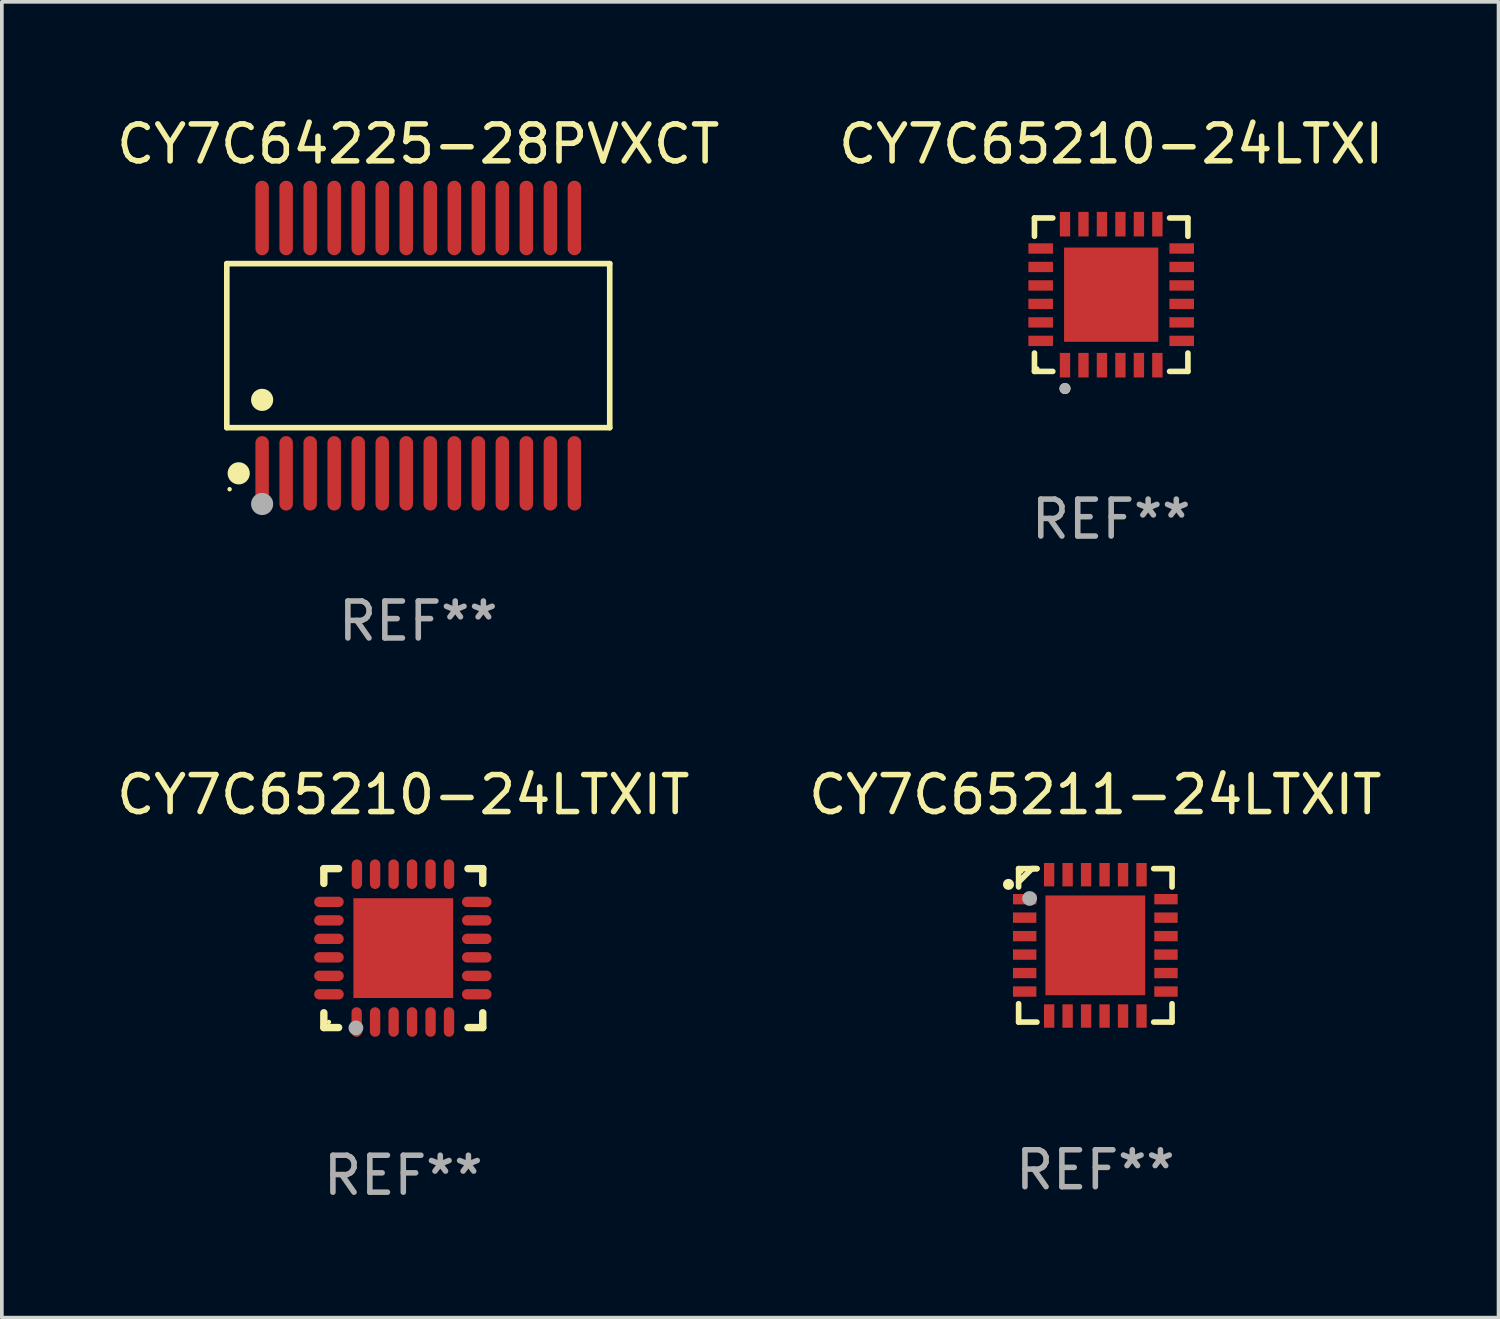
<source format=kicad_pcb>
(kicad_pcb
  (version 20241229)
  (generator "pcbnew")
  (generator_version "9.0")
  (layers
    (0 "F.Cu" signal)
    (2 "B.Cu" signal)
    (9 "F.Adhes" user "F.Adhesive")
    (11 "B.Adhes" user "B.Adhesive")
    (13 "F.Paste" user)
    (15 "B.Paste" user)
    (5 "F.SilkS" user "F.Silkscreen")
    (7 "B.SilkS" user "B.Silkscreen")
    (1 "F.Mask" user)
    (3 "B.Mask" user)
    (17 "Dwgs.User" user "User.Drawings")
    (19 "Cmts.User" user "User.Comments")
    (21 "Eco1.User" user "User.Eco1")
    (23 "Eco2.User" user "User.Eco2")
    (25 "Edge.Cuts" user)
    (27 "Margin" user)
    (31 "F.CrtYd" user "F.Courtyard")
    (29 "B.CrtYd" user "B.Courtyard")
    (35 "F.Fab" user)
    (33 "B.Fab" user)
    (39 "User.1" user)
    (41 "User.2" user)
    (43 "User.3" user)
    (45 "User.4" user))
  (footprint "CY7C64225-28PVXCT"
    (layer "F.Cu")
    (at 8.268 6.303)
    (property "Reference" "CY7C64225-28PVXCT" (at 0 -5.455 0) (layer "F.SilkS") (effects (font (size 1 1) (thickness 0.15))))
    (attr through_hole)
    (fp_line (start -5.181 -2.219) (end 5.181 -2.219) (stroke (width 0.152) (type solid)) (layer "F.SilkS"))
    (fp_line (start -5.181 2.219) (end -5.181 -2.219) (stroke (width 0.152) (type solid)) (layer "F.SilkS"))
    (fp_line (start 5.181 -2.219) (end 5.181 2.219) (stroke (width 0.152) (type solid)) (layer "F.SilkS"))
    (fp_line (start 5.181 2.219) (end -5.181 2.219) (stroke (width 0.152) (type solid)) (layer "F.SilkS"))
    (fp_circle (center -5.105 3.885) (end -5.075 3.885) (stroke (width 0.06) (type solid)) (fill no) (layer "F.SilkS"))
    (fp_circle (center -4.859 3.455) (end -4.709 3.455) (stroke (width 0.3) (type solid)) (fill no) (layer "F.SilkS"))
    (fp_circle (center -4.225 1.467) (end -4.075 1.467) (stroke (width 0.3) (type solid)) (fill no) (layer "F.SilkS"))
    (fp_circle (center -4.225 4.285) (end -4.075 4.285) (stroke (width 0.3) (type solid)) (fill no) (layer "F.Fab"))
    (fp_text user "REF**" (at 0 7.455 0) (layer "F.Fab") (effects (font (size 1 1) (thickness 0.15))))
    (pad "1" smd oval (at -4.225 3.455) (size 0.364 2.015) (layers "F.Cu" "F.Mask" "F.Paste"))
    (pad "2" smd oval (at -3.575 3.455) (size 0.364 2.015) (layers "F.Cu" "F.Mask" "F.Paste"))
    (pad "3" smd oval (at -2.925 3.455) (size 0.364 2.015) (layers "F.Cu" "F.Mask" "F.Paste"))
    (pad "4" smd oval (at -2.275 3.455) (size 0.364 2.015) (layers "F.Cu" "F.Mask" "F.Paste"))
    (pad "5" smd oval (at -1.625 3.455) (size 0.364 2.015) (layers "F.Cu" "F.Mask" "F.Paste"))
    (pad "6" smd oval (at -0.975 3.455) (size 0.364 2.015) (layers "F.Cu" "F.Mask" "F.Paste"))
    (pad "7" smd oval (at -0.325 3.455) (size 0.364 2.015) (layers "F.Cu" "F.Mask" "F.Paste"))
    (pad "8" smd oval (at 0.325 3.455) (size 0.364 2.015) (layers "F.Cu" "F.Mask" "F.Paste"))
    (pad "9" smd oval (at 0.975 3.455) (size 0.364 2.015) (layers "F.Cu" "F.Mask" "F.Paste"))
    (pad "10" smd oval (at 1.625 3.455) (size 0.364 2.015) (layers "F.Cu" "F.Mask" "F.Paste"))
    (pad "11" smd oval (at 2.275 3.455) (size 0.364 2.015) (layers "F.Cu" "F.Mask" "F.Paste"))
    (pad "12" smd oval (at 2.925 3.455) (size 0.364 2.015) (layers "F.Cu" "F.Mask" "F.Paste"))
    (pad "13" smd oval (at 3.575 3.455) (size 0.364 2.015) (layers "F.Cu" "F.Mask" "F.Paste"))
    (pad "14" smd oval (at 4.225 3.455) (size 0.364 2.015) (layers "F.Cu" "F.Mask" "F.Paste"))
    (pad "15" smd oval (at 4.225 -3.455) (size 0.364 2.015) (layers "F.Cu" "F.Mask" "F.Paste"))
    (pad "16" smd oval (at 3.575 -3.455) (size 0.364 2.015) (layers "F.Cu" "F.Mask" "F.Paste"))
    (pad "17" smd oval (at 2.925 -3.455) (size 0.364 2.015) (layers "F.Cu" "F.Mask" "F.Paste"))
    (pad "18" smd oval (at 2.275 -3.455) (size 0.364 2.015) (layers "F.Cu" "F.Mask" "F.Paste"))
    (pad "19" smd oval (at 1.625 -3.455) (size 0.364 2.015) (layers "F.Cu" "F.Mask" "F.Paste"))
    (pad "20" smd oval (at 0.975 -3.455) (size 0.364 2.015) (layers "F.Cu" "F.Mask" "F.Paste"))
    (pad "21" smd oval (at 0.325 -3.455) (size 0.364 2.015) (layers "F.Cu" "F.Mask" "F.Paste"))
    (pad "22" smd oval (at -0.325 -3.455) (size 0.364 2.015) (layers "F.Cu" "F.Mask" "F.Paste"))
    (pad "23" smd oval (at -0.975 -3.455) (size 0.364 2.015) (layers "F.Cu" "F.Mask" "F.Paste"))
    (pad "24" smd oval (at -1.625 -3.455) (size 0.364 2.015) (layers "F.Cu" "F.Mask" "F.Paste"))
    (pad "25" smd oval (at -2.275 -3.455) (size 0.364 2.015) (layers "F.Cu" "F.Mask" "F.Paste"))
    (pad "26" smd oval (at -2.925 -3.455) (size 0.364 2.015) (layers "F.Cu" "F.Mask" "F.Paste"))
    (pad "27" smd oval (at -3.575 -3.455) (size 0.364 2.015) (layers "F.Cu" "F.Mask" "F.Paste"))
    (pad "28" smd oval (at -4.225 -3.455) (size 0.364 2.015) (layers "F.Cu" "F.Mask" "F.Paste")))
  (footprint "CY7C65210-24LTXI"
    (layer "F.Cu")
    (at 27.018 4.924)
    (property "Reference" "CY7C65210-24LTXI" (at 0 -4.076 0) (layer "F.SilkS") (effects (font (size 1 1) (thickness 0.15))))
    (attr through_hole)
    (fp_line (start -2.076 -2.076) (end -1.58 -2.076) (stroke (width 0.152) (type solid)) (layer "F.SilkS"))
    (fp_line (start -2.076 -1.58) (end -2.076 -2.076) (stroke (width 0.152) (type solid)) (layer "F.SilkS"))
    (fp_line (start -2.076 1.58) (end -2.076 2.076) (stroke (width 0.152) (type solid)) (layer "F.SilkS"))
    (fp_line (start -2.076 2.076) (end -1.58 2.076) (stroke (width 0.152) (type solid)) (layer "F.SilkS"))
    (fp_line (start 2.076 -2.076) (end 1.58 -2.076) (stroke (width 0.152) (type solid)) (layer "F.SilkS"))
    (fp_line (start 2.076 -1.58) (end 2.076 -2.076) (stroke (width 0.152) (type solid)) (layer "F.SilkS"))
    (fp_line (start 2.076 1.58) (end 2.076 2.076) (stroke (width 0.152) (type solid)) (layer "F.SilkS"))
    (fp_line (start 2.076 2.076) (end 1.58 2.076) (stroke (width 0.152) (type solid)) (layer "F.SilkS"))
    (fp_circle (center -2 2) (end -1.97 2) (stroke (width 0.06) (type solid)) (fill no) (layer "F.SilkS"))
    (fp_circle (center -1.25 2.54) (end -1.175 2.54) (stroke (width 0.15) (type solid)) (fill no) (layer "F.SilkS"))
    (fp_circle (center -1.25 2.54) (end -1.175 2.54) (stroke (width 0.15) (type solid)) (fill no) (layer "F.Fab"))
    (fp_text user "REF**" (at 0 6.076 0) (layer "F.Fab") (effects (font (size 1 1) (thickness 0.15))))
    (pad "1" smd rect (at -1.25 1.908) (size 0.28 0.665) (layers "F.Cu" "F.Mask" "F.Paste"))
    (pad "2" smd rect (at -0.75 1.908) (size 0.28 0.665) (layers "F.Cu" "F.Mask" "F.Paste"))
    (pad "3" smd rect (at -0.25 1.908) (size 0.28 0.665) (layers "F.Cu" "F.Mask" "F.Paste"))
    (pad "4" smd rect (at 0.25 1.908) (size 0.28 0.665) (layers "F.Cu" "F.Mask" "F.Paste"))
    (pad "5" smd rect (at 0.75 1.908) (size 0.28 0.665) (layers "F.Cu" "F.Mask" "F.Paste"))
    (pad "6" smd rect (at 1.25 1.908) (size 0.28 0.665) (layers "F.Cu" "F.Mask" "F.Paste"))
    (pad "7" smd rect (at 1.908 1.25) (size 0.665 0.28) (layers "F.Cu" "F.Mask" "F.Paste"))
    (pad "8" smd rect (at 1.908 0.75) (size 0.665 0.28) (layers "F.Cu" "F.Mask" "F.Paste"))
    (pad "9" smd rect (at 1.908 0.25) (size 0.665 0.28) (layers "F.Cu" "F.Mask" "F.Paste"))
    (pad "10" smd rect (at 1.908 -0.25) (size 0.665 0.28) (layers "F.Cu" "F.Mask" "F.Paste"))
    (pad "11" smd rect (at 1.908 -0.75) (size 0.665 0.28) (layers "F.Cu" "F.Mask" "F.Paste"))
    (pad "12" smd rect (at 1.908 -1.25) (size 0.665 0.28) (layers "F.Cu" "F.Mask" "F.Paste"))
    (pad "13" smd rect (at 1.25 -1.908) (size 0.28 0.665) (layers "F.Cu" "F.Mask" "F.Paste"))
    (pad "14" smd rect (at 0.75 -1.908) (size 0.28 0.665) (layers "F.Cu" "F.Mask" "F.Paste"))
    (pad "15" smd rect (at 0.25 -1.908) (size 0.28 0.665) (layers "F.Cu" "F.Mask" "F.Paste"))
    (pad "16" smd rect (at -0.25 -1.908) (size 0.28 0.665) (layers "F.Cu" "F.Mask" "F.Paste"))
    (pad "17" smd rect (at -0.75 -1.908) (size 0.28 0.665) (layers "F.Cu" "F.Mask" "F.Paste"))
    (pad "18" smd rect (at -1.25 -1.908) (size 0.28 0.665) (layers "F.Cu" "F.Mask" "F.Paste"))
    (pad "19" smd rect (at -1.908 -1.25) (size 0.665 0.28) (layers "F.Cu" "F.Mask" "F.Paste"))
    (pad "20" smd rect (at -1.908 -0.75) (size 0.665 0.28) (layers "F.Cu" "F.Mask" "F.Paste"))
    (pad "21" smd rect (at -1.908 -0.25) (size 0.665 0.28) (layers "F.Cu" "F.Mask" "F.Paste"))
    (pad "22" smd rect (at -1.908 0.25) (size 0.665 0.28) (layers "F.Cu" "F.Mask" "F.Paste"))
    (pad "23" smd rect (at -1.908 0.75) (size 0.665 0.28) (layers "F.Cu" "F.Mask" "F.Paste"))
    (pad "24" smd rect (at -1.908 1.25) (size 0.665 0.28) (layers "F.Cu" "F.Mask" "F.Paste"))
    (pad "25" smd rect (at 0 0) (size 2.55 2.55) (layers "F.Cu" "F.Mask" "F.Paste")))
  (footprint "CY7C65210-24LTXIT"
    (layer "F.Cu")
    (at 7.863 22.605)
    (property "Reference" "CY7C65210-24LTXIT" (at 0 -4.15 0) (layer "F.SilkS") (effects (font (size 1 1) (thickness 0.15))))
    (attr through_hole)
    (fp_line (start -2.15 -2.15) (end -1.75 -2.15) (stroke (width 0.2) (type solid)) (layer "F.SilkS"))
    (fp_line (start -2.15 -1.75) (end -2.15 -2.15) (stroke (width 0.2) (type solid)) (layer "F.SilkS"))
    (fp_line (start -2.15 2.15) (end -2.15 1.75) (stroke (width 0.2) (type solid)) (layer "F.SilkS"))
    (fp_line (start -1.75 2.15) (end -2.15 2.15) (stroke (width 0.2) (type solid)) (layer "F.SilkS"))
    (fp_line (start 2.15 -2.15) (end 1.75 -2.15) (stroke (width 0.2) (type solid)) (layer "F.SilkS"))
    (fp_line (start 2.15 -1.75) (end 2.15 -2.15) (stroke (width 0.2) (type solid)) (layer "F.SilkS"))
    (fp_line (start 2.15 1.75) (end 2.15 2.15) (stroke (width 0.2) (type solid)) (layer "F.SilkS"))
    (fp_line (start 2.15 2.15) (end 1.75 2.15) (stroke (width 0.2) (type solid)) (layer "F.SilkS"))
    (fp_circle (center -2.013 2) (end -1.983 2) (stroke (width 0.06) (type solid)) (fill no) (layer "F.SilkS"))
    (fp_circle (center -1.282 2.159) (end -1.182 2.159) (stroke (width 0.2) (type solid)) (fill no) (layer "F.Fab"))
    (fp_text user "REF**" (at 0 6.15 0) (layer "F.Fab") (effects (font (size 1 1) (thickness 0.15))))
    (pad "1" smd oval (at -1.262 2) (size 0.28 0.8) (layers "F.Cu" "F.Mask" "F.Paste"))
    (pad "2" smd oval (at -0.763 2) (size 0.28 0.8) (layers "F.Cu" "F.Mask" "F.Paste"))
    (pad "3" smd oval (at -0.262 2) (size 0.28 0.8) (layers "F.Cu" "F.Mask" "F.Paste"))
    (pad "4" smd oval (at 0.237 2) (size 0.28 0.8) (layers "F.Cu" "F.Mask" "F.Paste"))
    (pad "5" smd oval (at 0.738 2) (size 0.28 0.8) (layers "F.Cu" "F.Mask" "F.Paste"))
    (pad "6" smd oval (at 1.237 2) (size 0.28 0.8) (layers "F.Cu" "F.Mask" "F.Paste"))
    (pad "7" smd oval (at 1.988 1.25) (size 0.8 0.28) (layers "F.Cu" "F.Mask" "F.Paste"))
    (pad "8" smd oval (at 1.988 0.75) (size 0.8 0.28) (layers "F.Cu" "F.Mask" "F.Paste"))
    (pad "9" smd oval (at 1.988 0.25) (size 0.8 0.28) (layers "F.Cu" "F.Mask" "F.Paste"))
    (pad "10" smd oval (at 1.988 -0.25) (size 0.8 0.28) (layers "F.Cu" "F.Mask" "F.Paste"))
    (pad "11" smd oval (at 1.988 -0.75) (size 0.8 0.28) (layers "F.Cu" "F.Mask" "F.Paste"))
    (pad "12" smd oval (at 1.988 -1.25) (size 0.8 0.28) (layers "F.Cu" "F.Mask" "F.Paste"))
    (pad "13" smd oval (at 1.237 -2) (size 0.28 0.8) (layers "F.Cu" "F.Mask" "F.Paste"))
    (pad "14" smd oval (at 0.738 -2) (size 0.28 0.8) (layers "F.Cu" "F.Mask" "F.Paste"))
    (pad "15" smd oval (at 0.237 -2) (size 0.28 0.8) (layers "F.Cu" "F.Mask" "F.Paste"))
    (pad "16" smd oval (at -0.262 -2) (size 0.28 0.8) (layers "F.Cu" "F.Mask" "F.Paste"))
    (pad "17" smd oval (at -0.763 -2) (size 0.28 0.8) (layers "F.Cu" "F.Mask" "F.Paste"))
    (pad "18" smd oval (at -1.255 -2) (size 0.28 0.8) (layers "F.Cu" "F.Mask" "F.Paste"))
    (pad "19" smd oval (at -2.012 -1.25) (size 0.8 0.28) (layers "F.Cu" "F.Mask" "F.Paste"))
    (pad "20" smd oval (at -2.012 -0.75) (size 0.8 0.28) (layers "F.Cu" "F.Mask" "F.Paste"))
    (pad "21" smd oval (at -2.012 -0.25) (size 0.8 0.28) (layers "F.Cu" "F.Mask" "F.Paste"))
    (pad "22" smd oval (at -2.012 0.25) (size 0.8 0.28) (layers "F.Cu" "F.Mask" "F.Paste"))
    (pad "23" smd oval (at -2.012 0.75) (size 0.8 0.28) (layers "F.Cu" "F.Mask" "F.Paste"))
    (pad "24" smd oval (at -2.012 1.25) (size 0.8 0.28) (layers "F.Cu" "F.Mask" "F.Paste"))
    (pad "25" smd rect (at -0.000013 -0.000025) (size 2.7 2.7) (layers "F.Cu" "F.Mask" "F.Paste")))
  (footprint "CY7C65211-24LTXIT"
    (layer "F.Cu")
    (at 26.589 22.531)
    (property "Reference" "CY7C65211-24LTXIT" (at 0 -4.076 0) (layer "F.SilkS") (effects (font (size 1 1) (thickness 0.15))))
    (attr through_hole)
    (fp_line (start -2.076 -2.076) (end -2.076 -1.58) (stroke (width 0.152) (type solid)) (layer "F.SilkS"))
    (fp_line (start -2.076 2.076) (end -2.076 1.58) (stroke (width 0.152) (type solid)) (layer "F.SilkS"))
    (fp_line (start -1.713 -2.076) (end -2.076 -1.713) (stroke (width 0.152) (type solid)) (layer "F.SilkS"))
    (fp_line (start -1.58 -2.076) (end -2.076 -2.076) (stroke (width 0.152) (type solid)) (layer "F.SilkS"))
    (fp_line (start -1.58 -2.076) (end -1.713 -2.076) (stroke (width 0.152) (type solid)) (layer "F.SilkS"))
    (fp_line (start -1.58 2.076) (end -2.076 2.076) (stroke (width 0.152) (type solid)) (layer "F.SilkS"))
    (fp_line (start 1.58 -2.076) (end 2.076 -2.076) (stroke (width 0.152) (type solid)) (layer "F.SilkS"))
    (fp_line (start 1.58 2.076) (end 2.076 2.076) (stroke (width 0.152) (type solid)) (layer "F.SilkS"))
    (fp_line (start 2.076 -2.076) (end 2.076 -1.58) (stroke (width 0.152) (type solid)) (layer "F.SilkS"))
    (fp_line (start 2.076 2.076) (end 2.076 1.58) (stroke (width 0.152) (type solid)) (layer "F.SilkS"))
    (fp_circle (center -2.35 -1.65) (end -2.275 -1.65) (stroke (width 0.15) (type solid)) (fill no) (layer "F.SilkS"))
    (fp_circle (center -2 -2) (end -1.97 -2) (stroke (width 0.06) (type solid)) (fill no) (layer "F.SilkS"))
    (fp_circle (center -1.778 -1.27) (end -1.678 -1.27) (stroke (width 0.2) (type solid)) (fill no) (layer "F.Fab"))
    (fp_text user "REF**" (at 0 6.076 0) (layer "F.Fab") (effects (font (size 1 1) (thickness 0.15))))
    (pad "1" smd rect (at -1.912 -1.25) (size 0.633 0.28) (layers "F.Cu" "F.Mask" "F.Paste"))
    (pad "2" smd rect (at -1.912 -0.75) (size 0.633 0.28) (layers "F.Cu" "F.Mask" "F.Paste"))
    (pad "3" smd rect (at -1.912 -0.25) (size 0.633 0.28) (layers "F.Cu" "F.Mask" "F.Paste"))
    (pad "4" smd rect (at -1.912 0.25) (size 0.633 0.28) (layers "F.Cu" "F.Mask" "F.Paste"))
    (pad "5" smd rect (at -1.912 0.75) (size 0.633 0.28) (layers "F.Cu" "F.Mask" "F.Paste"))
    (pad "6" smd rect (at -1.912 1.25) (size 0.633 0.28) (layers "F.Cu" "F.Mask" "F.Paste"))
    (pad "7" smd rect (at -1.25 1.912) (size 0.28 0.633) (layers "F.Cu" "F.Mask" "F.Paste"))
    (pad "8" smd rect (at -0.75 1.912) (size 0.28 0.633) (layers "F.Cu" "F.Mask" "F.Paste"))
    (pad "9" smd rect (at -0.25 1.912) (size 0.28 0.633) (layers "F.Cu" "F.Mask" "F.Paste"))
    (pad "10" smd rect (at 0.25 1.912) (size 0.28 0.633) (layers "F.Cu" "F.Mask" "F.Paste"))
    (pad "11" smd rect (at 0.75 1.912) (size 0.28 0.633) (layers "F.Cu" "F.Mask" "F.Paste"))
    (pad "12" smd rect (at 1.25 1.912) (size 0.28 0.633) (layers "F.Cu" "F.Mask" "F.Paste"))
    (pad "13" smd rect (at 1.912 1.25) (size 0.633 0.28) (layers "F.Cu" "F.Mask" "F.Paste"))
    (pad "14" smd rect (at 1.912 0.75) (size 0.633 0.28) (layers "F.Cu" "F.Mask" "F.Paste"))
    (pad "15" smd rect (at 1.912 0.25) (size 0.633 0.28) (layers "F.Cu" "F.Mask" "F.Paste"))
    (pad "16" smd rect (at 1.912 -0.25) (size 0.633 0.28) (layers "F.Cu" "F.Mask" "F.Paste"))
    (pad "17" smd rect (at 1.912 -0.75) (size 0.633 0.28) (layers "F.Cu" "F.Mask" "F.Paste"))
    (pad "18" smd rect (at 1.912 -1.25) (size 0.633 0.28) (layers "F.Cu" "F.Mask" "F.Paste"))
    (pad "19" smd rect (at 1.25 -1.912) (size 0.28 0.633) (layers "F.Cu" "F.Mask" "F.Paste"))
    (pad "20" smd rect (at 0.75 -1.912) (size 0.28 0.633) (layers "F.Cu" "F.Mask" "F.Paste"))
    (pad "21" smd rect (at 0.25 -1.912) (size 0.28 0.633) (layers "F.Cu" "F.Mask" "F.Paste"))
    (pad "22" smd rect (at -0.25 -1.912) (size 0.28 0.633) (layers "F.Cu" "F.Mask" "F.Paste"))
    (pad "23" smd rect (at -0.75 -1.912) (size 0.28 0.633) (layers "F.Cu" "F.Mask" "F.Paste"))
    (pad "24" smd rect (at -1.25 -1.912) (size 0.28 0.633) (layers "F.Cu" "F.Mask" "F.Paste"))
    (pad "25" smd rect (at 0 0) (size 2.7 2.7) (layers "F.Cu" "F.Mask" "F.Paste")))
  (gr_rect
    (start -3 -3)
    (end 37.5 32.604)
    (stroke (width 0.1) (type default))
    (fill no)
    (layer "Edge.Cuts")))
</source>
